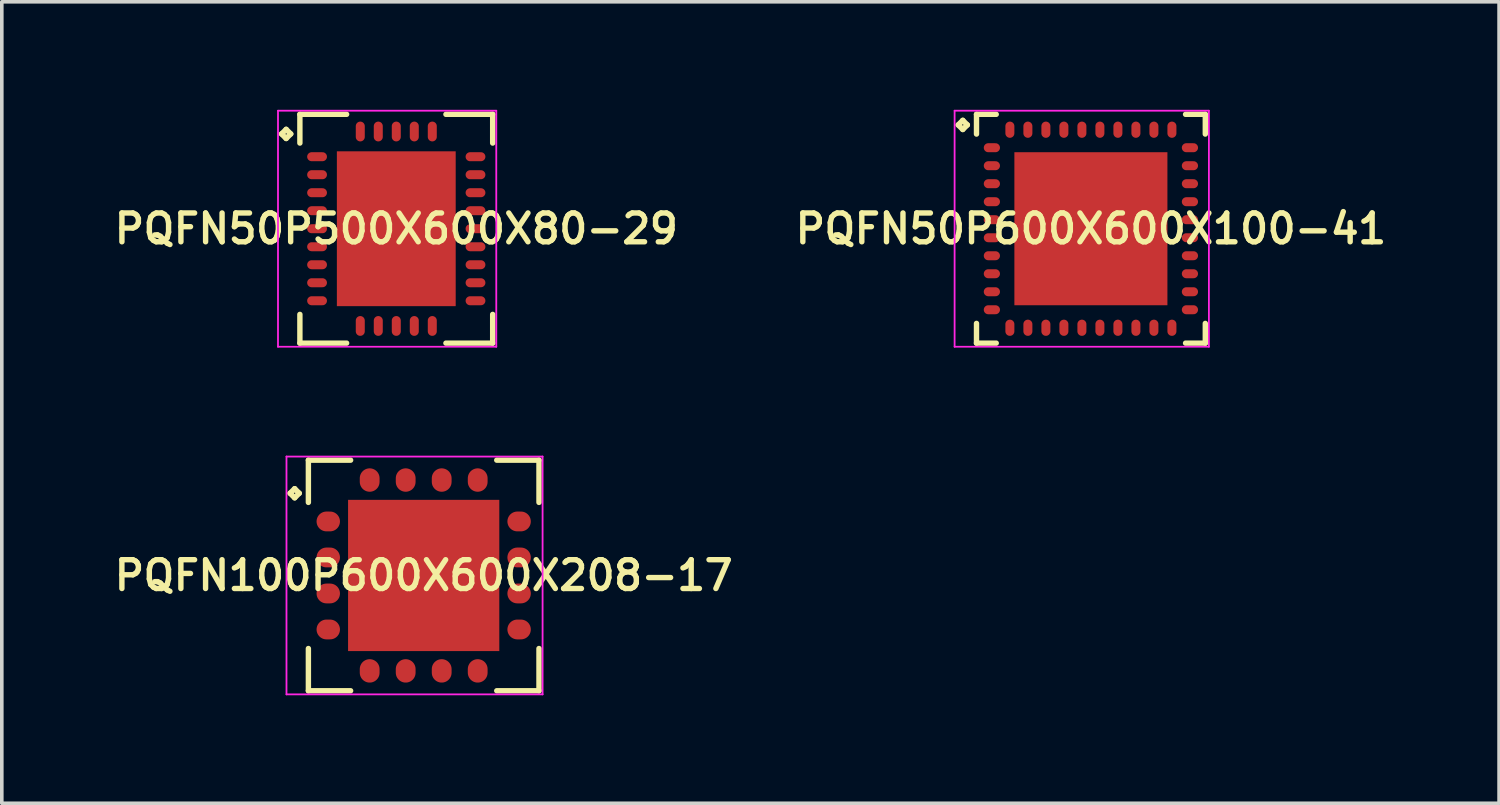
<source format=kicad_pcb>
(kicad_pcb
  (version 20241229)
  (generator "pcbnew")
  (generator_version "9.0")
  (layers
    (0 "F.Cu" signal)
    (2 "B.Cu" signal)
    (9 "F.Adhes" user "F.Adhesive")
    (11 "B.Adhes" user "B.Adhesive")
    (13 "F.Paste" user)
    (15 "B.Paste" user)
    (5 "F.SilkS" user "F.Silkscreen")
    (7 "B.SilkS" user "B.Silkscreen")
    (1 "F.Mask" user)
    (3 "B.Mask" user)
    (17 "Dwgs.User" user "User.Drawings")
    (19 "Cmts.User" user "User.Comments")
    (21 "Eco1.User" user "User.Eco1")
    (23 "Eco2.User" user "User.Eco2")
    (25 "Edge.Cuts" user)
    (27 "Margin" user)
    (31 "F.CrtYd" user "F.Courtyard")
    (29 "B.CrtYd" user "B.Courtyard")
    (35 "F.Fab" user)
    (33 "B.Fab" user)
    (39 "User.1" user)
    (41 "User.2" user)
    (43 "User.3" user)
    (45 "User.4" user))
  (footprint "PQFN50P500X600X80-29"
    (layer "F.Cu")
    (at 7.955 3.302)
    (property "Reference" "PQFN50P500X600X80-29" (at 0 0 0) (layer "F.SilkS") (effects (font (size 0.8 0.8) (thickness 0.15))))
    (attr smd)
    (fp_line (start -3.185 -2.633) (end -3.058 -2.76) (stroke (width 0.15) (type solid)) (layer "F.SilkS"))
    (fp_line (start -3.058 -2.76) (end -2.931 -2.633) (stroke (width 0.15) (type solid)) (layer "F.SilkS"))
    (fp_line (start -3.058 -2.506) (end -3.185 -2.633) (stroke (width 0.15) (type solid)) (layer "F.SilkS"))
    (fp_line (start -2.931 -2.633) (end -3.058 -2.506) (stroke (width 0.15) (type solid)) (layer "F.SilkS"))
    (fp_line (start -2.677 -3.177) (end -1.379 -3.177) (stroke (width 0.15) (type solid)) (layer "F.SilkS"))
    (fp_line (start -2.677 -2.379) (end -2.677 -3.177) (stroke (width 0.15) (type solid)) (layer "F.SilkS"))
    (fp_line (start -2.677 2.379) (end -2.677 3.177) (stroke (width 0.15) (type solid)) (layer "F.SilkS"))
    (fp_line (start -2.677 3.177) (end -1.379 3.177) (stroke (width 0.15) (type solid)) (layer "F.SilkS"))
    (fp_line (start 1.379 -3.177) (end 2.677 -3.177) (stroke (width 0.15) (type solid)) (layer "F.SilkS"))
    (fp_line (start 1.379 3.177) (end 2.677 3.177) (stroke (width 0.15) (type solid)) (layer "F.SilkS"))
    (fp_line (start 2.677 -3.177) (end 2.677 -2.379) (stroke (width 0.15) (type solid)) (layer "F.SilkS"))
    (fp_line (start 2.677 3.177) (end 2.677 2.379) (stroke (width 0.15) (type solid)) (layer "F.SilkS"))
    (fp_line (start -3.285 -3.277) (end 2.777 -3.277) (stroke (width 0.05) (type solid)) (layer "F.CrtYd"))
    (fp_line (start -3.285 3.277) (end -3.285 -3.277) (stroke (width 0.05) (type solid)) (layer "F.CrtYd"))
    (fp_line (start 2.777 -3.277) (end 2.777 3.277) (stroke (width 0.05) (type solid)) (layer "F.CrtYd"))
    (fp_line (start 2.777 3.277) (end -3.285 3.277) (stroke (width 0.05) (type solid)) (layer "F.CrtYd"))
    (pad "1" smd oval (at -2.2 -2) (size 0.55 0.25) (layers "F.Cu" "F.Mask" "F.Paste"))
    (pad "2" smd oval (at -2.2 -1.5) (size 0.55 0.25) (layers "F.Cu" "F.Mask" "F.Paste"))
    (pad "3" smd oval (at -2.2 -1) (size 0.55 0.25) (layers "F.Cu" "F.Mask" "F.Paste"))
    (pad "4" smd oval (at -2.2 -0.5) (size 0.55 0.25) (layers "F.Cu" "F.Mask" "F.Paste"))
    (pad "5" smd oval (at -2.2 0) (size 0.55 0.25) (layers "F.Cu" "F.Mask" "F.Paste"))
    (pad "6" smd oval (at -2.2 0.5) (size 0.55 0.25) (layers "F.Cu" "F.Mask" "F.Paste"))
    (pad "7" smd oval (at -2.2 1) (size 0.55 0.25) (layers "F.Cu" "F.Mask" "F.Paste"))
    (pad "8" smd oval (at -2.2 1.5) (size 0.55 0.25) (layers "F.Cu" "F.Mask" "F.Paste"))
    (pad "9" smd oval (at -2.2 2) (size 0.55 0.25) (layers "F.Cu" "F.Mask" "F.Paste"))
    (pad "10" smd oval (at -1 2.7) (size 0.25 0.55) (layers "F.Cu" "F.Mask" "F.Paste"))
    (pad "11" smd oval (at -0.5 2.7) (size 0.25 0.55) (layers "F.Cu" "F.Mask" "F.Paste"))
    (pad "12" smd oval (at 0 2.7) (size 0.25 0.55) (layers "F.Cu" "F.Mask" "F.Paste"))
    (pad "13" smd oval (at 0.5 2.7) (size 0.25 0.55) (layers "F.Cu" "F.Mask" "F.Paste"))
    (pad "14" smd oval (at 1 2.7) (size 0.25 0.55) (layers "F.Cu" "F.Mask" "F.Paste"))
    (pad "15" smd oval (at 2.2 2) (size 0.55 0.25) (layers "F.Cu" "F.Mask" "F.Paste"))
    (pad "16" smd oval (at 2.2 1.5) (size 0.55 0.25) (layers "F.Cu" "F.Mask" "F.Paste"))
    (pad "17" smd oval (at 2.2 1) (size 0.55 0.25) (layers "F.Cu" "F.Mask" "F.Paste"))
    (pad "18" smd oval (at 2.2 0.5) (size 0.55 0.25) (layers "F.Cu" "F.Mask" "F.Paste"))
    (pad "19" smd oval (at 2.2 0) (size 0.55 0.25) (layers "F.Cu" "F.Mask" "F.Paste"))
    (pad "20" smd oval (at 2.2 -0.5) (size 0.55 0.25) (layers "F.Cu" "F.Mask" "F.Paste"))
    (pad "21" smd oval (at 2.2 -1) (size 0.55 0.25) (layers "F.Cu" "F.Mask" "F.Paste"))
    (pad "22" smd oval (at 2.2 -1.5) (size 0.55 0.25) (layers "F.Cu" "F.Mask" "F.Paste"))
    (pad "23" smd oval (at 2.2 -2) (size 0.55 0.25) (layers "F.Cu" "F.Mask" "F.Paste"))
    (pad "24" smd oval (at 1 -2.7) (size 0.25 0.55) (layers "F.Cu" "F.Mask" "F.Paste"))
    (pad "25" smd oval (at 0.5 -2.7) (size 0.25 0.55) (layers "F.Cu" "F.Mask" "F.Paste"))
    (pad "26" smd oval (at 0 -2.7) (size 0.25 0.55) (layers "F.Cu" "F.Mask" "F.Paste"))
    (pad "27" smd oval (at -0.5 -2.7) (size 0.25 0.55) (layers "F.Cu" "F.Mask" "F.Paste"))
    (pad "28" smd oval (at -1 -2.7) (size 0.25 0.55) (layers "F.Cu" "F.Mask" "F.Paste"))
    (pad "29" smd rect (at 0 0) (size 3.3 4.3) (layers "F.Cu" "F.Mask" "F.Paste")))
  (footprint "PQFN100P600X600X208-17"
    (layer "F.Cu")
    (at 8.716 12.931)
    (property "Reference" "PQFN100P600X600X208-17" (at 0 0 0) (layer "F.SilkS") (effects (font (size 0.8 0.8) (thickness 0.15))))
    (attr smd)
    (fp_line (start -3.71 -2.283) (end -3.583 -2.41) (stroke (width 0.15) (type solid)) (layer "F.SilkS"))
    (fp_line (start -3.583 -2.41) (end -3.456 -2.283) (stroke (width 0.15) (type solid)) (layer "F.SilkS"))
    (fp_line (start -3.583 -2.156) (end -3.71 -2.283) (stroke (width 0.15) (type solid)) (layer "F.SilkS"))
    (fp_line (start -3.456 -2.283) (end -3.583 -2.156) (stroke (width 0.15) (type solid)) (layer "F.SilkS"))
    (fp_line (start -3.202 -3.202) (end -2.029 -3.202) (stroke (width 0.15) (type solid)) (layer "F.SilkS"))
    (fp_line (start -3.202 -2.029) (end -3.202 -3.202) (stroke (width 0.15) (type solid)) (layer "F.SilkS"))
    (fp_line (start -3.202 2.029) (end -3.202 3.202) (stroke (width 0.15) (type solid)) (layer "F.SilkS"))
    (fp_line (start -3.202 3.202) (end -2.029 3.202) (stroke (width 0.15) (type solid)) (layer "F.SilkS"))
    (fp_line (start 2.029 -3.202) (end 3.202 -3.202) (stroke (width 0.15) (type solid)) (layer "F.SilkS"))
    (fp_line (start 2.029 3.202) (end 3.202 3.202) (stroke (width 0.15) (type solid)) (layer "F.SilkS"))
    (fp_line (start 3.202 -3.202) (end 3.202 -2.029) (stroke (width 0.15) (type solid)) (layer "F.SilkS"))
    (fp_line (start 3.202 3.202) (end 3.202 2.029) (stroke (width 0.15) (type solid)) (layer "F.SilkS"))
    (fp_line (start -3.81 -3.302) (end 3.302 -3.302) (stroke (width 0.05) (type solid)) (layer "F.CrtYd"))
    (fp_line (start -3.81 3.302) (end -3.81 -3.302) (stroke (width 0.05) (type solid)) (layer "F.CrtYd"))
    (fp_line (start 3.302 -3.302) (end 3.302 3.302) (stroke (width 0.05) (type solid)) (layer "F.CrtYd"))
    (fp_line (start 3.302 3.302) (end -3.81 3.302) (stroke (width 0.05) (type solid)) (layer "F.CrtYd"))
    (pad "1" smd oval (at -2.65 -1.5) (size 0.65 0.55) (layers "F.Cu" "F.Mask" "F.Paste"))
    (pad "2" smd oval (at -2.65 -0.5) (size 0.65 0.55) (layers "F.Cu" "F.Mask" "F.Paste"))
    (pad "3" smd oval (at -2.65 0.5) (size 0.65 0.55) (layers "F.Cu" "F.Mask" "F.Paste"))
    (pad "4" smd oval (at -2.65 1.5) (size 0.65 0.55) (layers "F.Cu" "F.Mask" "F.Paste"))
    (pad "5" smd oval (at -1.5 2.65) (size 0.55 0.65) (layers "F.Cu" "F.Mask" "F.Paste"))
    (pad "6" smd oval (at -0.5 2.65) (size 0.55 0.65) (layers "F.Cu" "F.Mask" "F.Paste"))
    (pad "7" smd oval (at 0.5 2.65) (size 0.55 0.65) (layers "F.Cu" "F.Mask" "F.Paste"))
    (pad "8" smd oval (at 1.5 2.65) (size 0.55 0.65) (layers "F.Cu" "F.Mask" "F.Paste"))
    (pad "9" smd oval (at 2.65 1.5) (size 0.65 0.55) (layers "F.Cu" "F.Mask" "F.Paste"))
    (pad "10" smd oval (at 2.65 0.5) (size 0.65 0.55) (layers "F.Cu" "F.Mask" "F.Paste"))
    (pad "11" smd oval (at 2.65 -0.5) (size 0.65 0.55) (layers "F.Cu" "F.Mask" "F.Paste"))
    (pad "12" smd oval (at 2.65 -1.5) (size 0.65 0.55) (layers "F.Cu" "F.Mask" "F.Paste"))
    (pad "13" smd oval (at 1.5 -2.65) (size 0.55 0.65) (layers "F.Cu" "F.Mask" "F.Paste"))
    (pad "14" smd oval (at 0.5 -2.65) (size 0.55 0.65) (layers "F.Cu" "F.Mask" "F.Paste"))
    (pad "15" smd oval (at -0.5 -2.65) (size 0.55 0.65) (layers "F.Cu" "F.Mask" "F.Paste"))
    (pad "16" smd oval (at -1.5 -2.65) (size 0.55 0.65) (layers "F.Cu" "F.Mask" "F.Paste"))
    (pad "17" smd rect (at 0 0) (size 4.2 4.2) (layers "F.Cu" "F.Mask" "F.Paste")))
  (footprint "PQFN50P600X600X100-41"
    (layer "F.Cu")
    (at 27.245 3.302)
    (property "Reference" "PQFN50P600X600X100-41" (at 0 0 0) (layer "F.SilkS") (effects (font (size 0.8 0.8) (thickness 0.15))))
    (attr smd)
    (fp_line (start -3.685 -2.883) (end -3.558 -3.01) (stroke (width 0.15) (type solid)) (layer "F.SilkS"))
    (fp_line (start -3.558 -3.01) (end -3.431 -2.883) (stroke (width 0.15) (type solid)) (layer "F.SilkS"))
    (fp_line (start -3.558 -2.756) (end -3.685 -2.883) (stroke (width 0.15) (type solid)) (layer "F.SilkS"))
    (fp_line (start -3.431 -2.883) (end -3.558 -2.756) (stroke (width 0.15) (type solid)) (layer "F.SilkS"))
    (fp_line (start -3.177 -3.177) (end -2.629 -3.177) (stroke (width 0.15) (type solid)) (layer "F.SilkS"))
    (fp_line (start -3.177 -2.629) (end -3.177 -3.177) (stroke (width 0.15) (type solid)) (layer "F.SilkS"))
    (fp_line (start -3.177 2.629) (end -3.177 3.177) (stroke (width 0.15) (type solid)) (layer "F.SilkS"))
    (fp_line (start -3.177 3.177) (end -2.629 3.177) (stroke (width 0.15) (type solid)) (layer "F.SilkS"))
    (fp_line (start 2.629 -3.177) (end 3.177 -3.177) (stroke (width 0.15) (type solid)) (layer "F.SilkS"))
    (fp_line (start 2.629 3.177) (end 3.177 3.177) (stroke (width 0.15) (type solid)) (layer "F.SilkS"))
    (fp_line (start 3.177 -3.177) (end 3.177 -2.629) (stroke (width 0.15) (type solid)) (layer "F.SilkS"))
    (fp_line (start 3.177 3.177) (end 3.177 2.629) (stroke (width 0.15) (type solid)) (layer "F.SilkS"))
    (fp_line (start -3.785 -3.277) (end 3.277 -3.277) (stroke (width 0.05) (type solid)) (layer "F.CrtYd"))
    (fp_line (start -3.785 3.277) (end -3.785 -3.277) (stroke (width 0.05) (type solid)) (layer "F.CrtYd"))
    (fp_line (start 3.277 -3.277) (end 3.277 3.277) (stroke (width 0.05) (type solid)) (layer "F.CrtYd"))
    (fp_line (start 3.277 3.277) (end -3.785 3.277) (stroke (width 0.05) (type solid)) (layer "F.CrtYd"))
    (pad "1" smd oval (at -2.75 -2.25) (size 0.45 0.25) (layers "F.Cu" "F.Mask" "F.Paste"))
    (pad "2" smd oval (at -2.75 -1.75) (size 0.45 0.25) (layers "F.Cu" "F.Mask" "F.Paste"))
    (pad "3" smd oval (at -2.75 -1.25) (size 0.45 0.25) (layers "F.Cu" "F.Mask" "F.Paste"))
    (pad "4" smd oval (at -2.75 -0.75) (size 0.45 0.25) (layers "F.Cu" "F.Mask" "F.Paste"))
    (pad "5" smd oval (at -2.75 -0.25) (size 0.45 0.25) (layers "F.Cu" "F.Mask" "F.Paste"))
    (pad "6" smd oval (at -2.75 0.25) (size 0.45 0.25) (layers "F.Cu" "F.Mask" "F.Paste"))
    (pad "7" smd oval (at -2.75 0.75) (size 0.45 0.25) (layers "F.Cu" "F.Mask" "F.Paste"))
    (pad "8" smd oval (at -2.75 1.25) (size 0.45 0.25) (layers "F.Cu" "F.Mask" "F.Paste"))
    (pad "9" smd oval (at -2.75 1.75) (size 0.45 0.25) (layers "F.Cu" "F.Mask" "F.Paste"))
    (pad "10" smd oval (at -2.75 2.25) (size 0.45 0.25) (layers "F.Cu" "F.Mask" "F.Paste"))
    (pad "11" smd oval (at -2.25 2.75) (size 0.25 0.45) (layers "F.Cu" "F.Mask" "F.Paste"))
    (pad "12" smd oval (at -1.75 2.75) (size 0.25 0.45) (layers "F.Cu" "F.Mask" "F.Paste"))
    (pad "13" smd oval (at -1.25 2.75) (size 0.25 0.45) (layers "F.Cu" "F.Mask" "F.Paste"))
    (pad "14" smd oval (at -0.75 2.75) (size 0.25 0.45) (layers "F.Cu" "F.Mask" "F.Paste"))
    (pad "15" smd oval (at -0.25 2.75) (size 0.25 0.45) (layers "F.Cu" "F.Mask" "F.Paste"))
    (pad "16" smd oval (at 0.25 2.75) (size 0.25 0.45) (layers "F.Cu" "F.Mask" "F.Paste"))
    (pad "17" smd oval (at 0.75 2.75) (size 0.25 0.45) (layers "F.Cu" "F.Mask" "F.Paste"))
    (pad "18" smd oval (at 1.25 2.75) (size 0.25 0.45) (layers "F.Cu" "F.Mask" "F.Paste"))
    (pad "19" smd oval (at 1.75 2.75) (size 0.25 0.45) (layers "F.Cu" "F.Mask" "F.Paste"))
    (pad "20" smd oval (at 2.25 2.75) (size 0.25 0.45) (layers "F.Cu" "F.Mask" "F.Paste"))
    (pad "21" smd oval (at 2.75 2.25) (size 0.45 0.25) (layers "F.Cu" "F.Mask" "F.Paste"))
    (pad "22" smd oval (at 2.75 1.75) (size 0.45 0.25) (layers "F.Cu" "F.Mask" "F.Paste"))
    (pad "23" smd oval (at 2.75 1.25) (size 0.45 0.25) (layers "F.Cu" "F.Mask" "F.Paste"))
    (pad "24" smd oval (at 2.75 0.75) (size 0.45 0.25) (layers "F.Cu" "F.Mask" "F.Paste"))
    (pad "25" smd oval (at 2.75 0.25) (size 0.45 0.25) (layers "F.Cu" "F.Mask" "F.Paste"))
    (pad "26" smd oval (at 2.75 -0.25) (size 0.45 0.25) (layers "F.Cu" "F.Mask" "F.Paste"))
    (pad "27" smd oval (at 2.75 -0.75) (size 0.45 0.25) (layers "F.Cu" "F.Mask" "F.Paste"))
    (pad "28" smd oval (at 2.75 -1.25) (size 0.45 0.25) (layers "F.Cu" "F.Mask" "F.Paste"))
    (pad "29" smd oval (at 2.75 -1.75) (size 0.45 0.25) (layers "F.Cu" "F.Mask" "F.Paste"))
    (pad "30" smd oval (at 2.75 -2.25) (size 0.45 0.25) (layers "F.Cu" "F.Mask" "F.Paste"))
    (pad "31" smd oval (at 2.25 -2.75) (size 0.25 0.45) (layers "F.Cu" "F.Mask" "F.Paste"))
    (pad "32" smd oval (at 1.75 -2.75) (size 0.25 0.45) (layers "F.Cu" "F.Mask" "F.Paste"))
    (pad "33" smd oval (at 1.25 -2.75) (size 0.25 0.45) (layers "F.Cu" "F.Mask" "F.Paste"))
    (pad "34" smd oval (at 0.75 -2.75) (size 0.25 0.45) (layers "F.Cu" "F.Mask" "F.Paste"))
    (pad "35" smd oval (at 0.25 -2.75) (size 0.25 0.45) (layers "F.Cu" "F.Mask" "F.Paste"))
    (pad "36" smd oval (at -0.25 -2.75) (size 0.25 0.45) (layers "F.Cu" "F.Mask" "F.Paste"))
    (pad "37" smd oval (at -0.75 -2.75) (size 0.25 0.45) (layers "F.Cu" "F.Mask" "F.Paste"))
    (pad "38" smd oval (at -1.25 -2.75) (size 0.25 0.45) (layers "F.Cu" "F.Mask" "F.Paste"))
    (pad "39" smd oval (at -1.75 -2.75) (size 0.25 0.45) (layers "F.Cu" "F.Mask" "F.Paste"))
    (pad "40" smd oval (at -2.25 -2.75) (size 0.25 0.45) (layers "F.Cu" "F.Mask" "F.Paste"))
    (pad "41" smd rect (at 0 0) (size 4.25 4.25) (layers "F.Cu" "F.Mask" "F.Paste")))
  (gr_rect
    (start -3 -3)
    (end 38.58 19.258)
    (stroke (width 0.1) (type default))
    (fill no)
    (layer "Edge.Cuts")))
</source>
